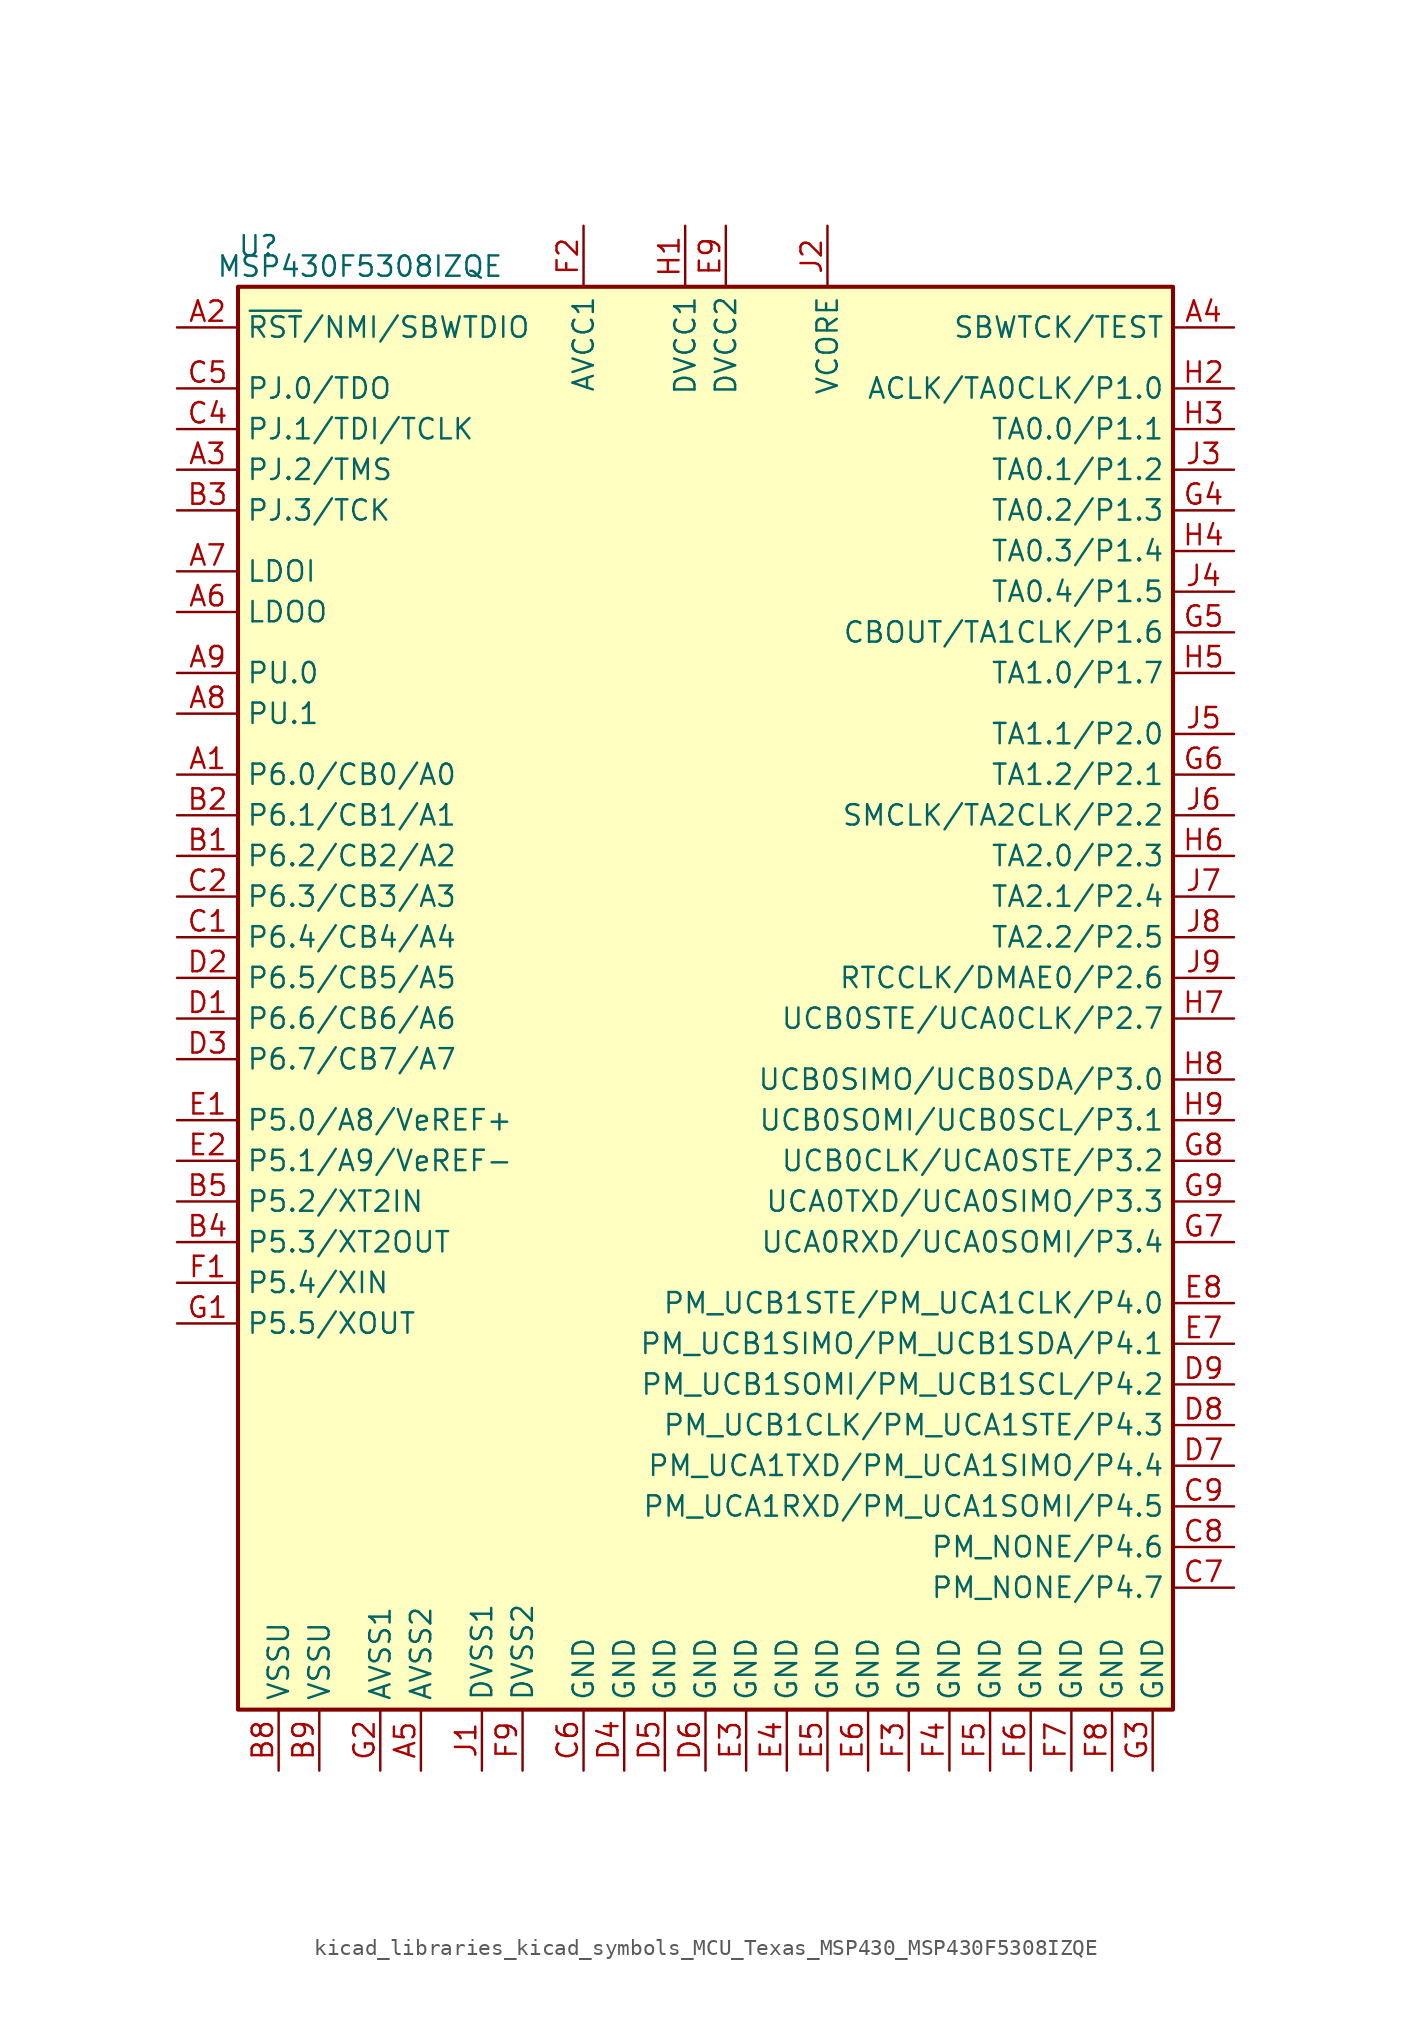
<source format=kicad_sym>
(kicad_symbol_lib
  (version 20220914)
  (generator kicad_symbol_editor)
  (symbol "kicad_libraries_kicad_symbols_MCU_Texas_MSP430_MSP430F5308IZQE"
    (property "Reference" "U"
      (at -27.94 46.99 0)
      (effects (font (size 1.27 1.27))))
    (property "Value" "MSP430F5308IZQE"
      (at -21.59 45.72 0)
      (effects (font (size 1.27 1.27))))
    (symbol "kicad_libraries_kicad_symbols_MCU_Texas_MSP430_MSP430F5308IZQE_0_1"
      (rectangle (start -29.21 44.45) (end 29.21 -44.45) (stroke (width 0.254) (type default)) (fill (type background))))
    (symbol "kicad_libraries_kicad_symbols_MCU_Texas_MSP430_MSP430F5308IZQE_1_1"
      (pin bidirectional line (at -33.02 13.97 0) (length 3.81) (name "P6.0/CB0/A0" (effects (font (size 1.27 1.27)))) (number "A1" (effects (font (size 1.27 1.27)))))
      (pin input line (at -33.02 41.91 0) (length 3.81) (name "~{RST}/NMI/SBWTDIO" (effects (font (size 1.27 1.27)))) (number "A2" (effects (font (size 1.27 1.27)))))
      (pin bidirectional line (at -33.02 33.02 0) (length 3.81) (name "PJ.2/TMS" (effects (font (size 1.27 1.27)))) (number "A3" (effects (font (size 1.27 1.27)))))
      (pin input line (at 33.02 41.91 180) (length 3.81) (name "SBWTCK/TEST" (effects (font (size 1.27 1.27)))) (number "A4" (effects (font (size 1.27 1.27)))))
      (pin power_in line (at -17.78 -48.26 90) (length 3.81) (name "AVSS2" (effects (font (size 1.27 1.27)))) (number "A5" (effects (font (size 1.27 1.27)))))
      (pin power_out line (at -33.02 24.13 0) (length 3.81) (name "LDOO" (effects (font (size 1.27 1.27)))) (number "A6" (effects (font (size 1.27 1.27)))))
      (pin power_in line (at -33.02 26.67 0) (length 3.81) (name "LDOI" (effects (font (size 1.27 1.27)))) (number "A7" (effects (font (size 1.27 1.27)))))
      (pin bidirectional line (at -33.02 17.78 0) (length 3.81) (name "PU.1" (effects (font (size 1.27 1.27)))) (number "A8" (effects (font (size 1.27 1.27)))))
      (pin bidirectional line (at -33.02 20.32 0) (length 3.81) (name "PU.0" (effects (font (size 1.27 1.27)))) (number "A9" (effects (font (size 1.27 1.27)))))
      (pin bidirectional line (at -33.02 8.89 0) (length 3.81) (name "P6.2/CB2/A2" (effects (font (size 1.27 1.27)))) (number "B1" (effects (font (size 1.27 1.27)))))
      (pin bidirectional line (at -33.02 11.43 0) (length 3.81) (name "P6.1/CB1/A1" (effects (font (size 1.27 1.27)))) (number "B2" (effects (font (size 1.27 1.27)))))
      (pin bidirectional line (at -33.02 30.48 0) (length 3.81) (name "PJ.3/TCK" (effects (font (size 1.27 1.27)))) (number "B3" (effects (font (size 1.27 1.27)))))
      (pin bidirectional line (at -33.02 -15.24 0) (length 3.81) (name "P5.3/XT2OUT" (effects (font (size 1.27 1.27)))) (number "B4" (effects (font (size 1.27 1.27)))))
      (pin bidirectional line (at -33.02 -12.7 0) (length 3.81) (name "P5.2/XT2IN" (effects (font (size 1.27 1.27)))) (number "B5" (effects (font (size 1.27 1.27)))))
      (pin power_in line (at -26.67 -48.26 90) (length 3.81) (name "VSSU" (effects (font (size 1.27 1.27)))) (number "B8" (effects (font (size 1.27 1.27)))))
      (pin power_in line (at -24.13 -48.26 90) (length 3.81) (name "VSSU" (effects (font (size 1.27 1.27)))) (number "B9" (effects (font (size 1.27 1.27)))))
      (pin bidirectional line (at -33.02 3.81 0) (length 3.81) (name "P6.4/CB4/A4" (effects (font (size 1.27 1.27)))) (number "C1" (effects (font (size 1.27 1.27)))))
      (pin bidirectional line (at -33.02 6.35 0) (length 3.81) (name "P6.3/CB3/A3" (effects (font (size 1.27 1.27)))) (number "C2" (effects (font (size 1.27 1.27)))))
      (pin bidirectional line (at -33.02 35.56 0) (length 3.81) (name "PJ.1/TDI/TCLK" (effects (font (size 1.27 1.27)))) (number "C4" (effects (font (size 1.27 1.27)))))
      (pin bidirectional line (at -33.02 38.1 0) (length 3.81) (name "PJ.0/TDO" (effects (font (size 1.27 1.27)))) (number "C5" (effects (font (size 1.27 1.27)))))
      (pin power_in line (at -7.62 -48.26 90) (length 3.81) (name "GND" (effects (font (size 1.27 1.27)))) (number "C6" (effects (font (size 1.27 1.27)))))
      (pin bidirectional line (at 33.02 -36.83 180) (length 3.81) (name "PM_NONE/P4.7" (effects (font (size 1.27 1.27)))) (number "C7" (effects (font (size 1.27 1.27)))))
      (pin bidirectional line (at 33.02 -34.29 180) (length 3.81) (name "PM_NONE/P4.6" (effects (font (size 1.27 1.27)))) (number "C8" (effects (font (size 1.27 1.27)))))
      (pin bidirectional line (at 33.02 -31.75 180) (length 3.81) (name "PM_UCA1RXD/PM_UCA1SOMI/P4.5" (effects (font (size 1.27 1.27)))) (number "C9" (effects (font (size 1.27 1.27)))))
      (pin bidirectional line (at -33.02 -1.27 0) (length 3.81) (name "P6.6/CB6/A6" (effects (font (size 1.27 1.27)))) (number "D1" (effects (font (size 1.27 1.27)))))
      (pin bidirectional line (at -33.02 1.27 0) (length 3.81) (name "P6.5/CB5/A5" (effects (font (size 1.27 1.27)))) (number "D2" (effects (font (size 1.27 1.27)))))
      (pin bidirectional line (at -33.02 -3.81 0) (length 3.81) (name "P6.7/CB7/A7" (effects (font (size 1.27 1.27)))) (number "D3" (effects (font (size 1.27 1.27)))))
      (pin power_in line (at -5.08 -48.26 90) (length 3.81) (name "GND" (effects (font (size 1.27 1.27)))) (number "D4" (effects (font (size 1.27 1.27)))))
      (pin power_in line (at -2.54 -48.26 90) (length 3.81) (name "GND" (effects (font (size 1.27 1.27)))) (number "D5" (effects (font (size 1.27 1.27)))))
      (pin power_in line (at 0 -48.26 90) (length 3.81) (name "GND" (effects (font (size 1.27 1.27)))) (number "D6" (effects (font (size 1.27 1.27)))))
      (pin bidirectional line (at 33.02 -29.21 180) (length 3.81) (name "PM_UCA1TXD/PM_UCA1SIMO/P4.4" (effects (font (size 1.27 1.27)))) (number "D7" (effects (font (size 1.27 1.27)))))
      (pin bidirectional line (at 33.02 -26.67 180) (length 3.81) (name "PM_UCB1CLK/PM_UCA1STE/P4.3" (effects (font (size 1.27 1.27)))) (number "D8" (effects (font (size 1.27 1.27)))))
      (pin bidirectional line (at 33.02 -24.13 180) (length 3.81) (name "PM_UCB1SOMI/PM_UCB1SCL/P4.2" (effects (font (size 1.27 1.27)))) (number "D9" (effects (font (size 1.27 1.27)))))
      (pin bidirectional line (at -33.02 -7.62 0) (length 3.81) (name "P5.0/A8/VeREF+" (effects (font (size 1.27 1.27)))) (number "E1" (effects (font (size 1.27 1.27)))))
      (pin bidirectional line (at -33.02 -10.16 0) (length 3.81) (name "P5.1/A9/VeREF-" (effects (font (size 1.27 1.27)))) (number "E2" (effects (font (size 1.27 1.27)))))
      (pin power_in line (at 2.54 -48.26 90) (length 3.81) (name "GND" (effects (font (size 1.27 1.27)))) (number "E3" (effects (font (size 1.27 1.27)))))
      (pin power_in line (at 5.08 -48.26 90) (length 3.81) (name "GND" (effects (font (size 1.27 1.27)))) (number "E4" (effects (font (size 1.27 1.27)))))
      (pin power_in line (at 7.62 -48.26 90) (length 3.81) (name "GND" (effects (font (size 1.27 1.27)))) (number "E5" (effects (font (size 1.27 1.27)))))
      (pin power_in line (at 10.16 -48.26 90) (length 3.81) (name "GND" (effects (font (size 1.27 1.27)))) (number "E6" (effects (font (size 1.27 1.27)))))
      (pin bidirectional line (at 33.02 -21.59 180) (length 3.81) (name "PM_UCB1SIMO/PM_UCB1SDA/P4.1" (effects (font (size 1.27 1.27)))) (number "E7" (effects (font (size 1.27 1.27)))))
      (pin bidirectional line (at 33.02 -19.05 180) (length 3.81) (name "PM_UCB1STE/PM_UCA1CLK/P4.0" (effects (font (size 1.27 1.27)))) (number "E8" (effects (font (size 1.27 1.27)))))
      (pin power_in line (at 1.27 48.26 270) (length 3.81) (name "DVCC2" (effects (font (size 1.27 1.27)))) (number "E9" (effects (font (size 1.27 1.27)))))
      (pin bidirectional line (at -33.02 -17.78 0) (length 3.81) (name "P5.4/XIN" (effects (font (size 1.27 1.27)))) (number "F1" (effects (font (size 1.27 1.27)))))
      (pin power_in line (at -7.62 48.26 270) (length 3.81) (name "AVCC1" (effects (font (size 1.27 1.27)))) (number "F2" (effects (font (size 1.27 1.27)))))
      (pin power_in line (at 12.7 -48.26 90) (length 3.81) (name "GND" (effects (font (size 1.27 1.27)))) (number "F3" (effects (font (size 1.27 1.27)))))
      (pin power_in line (at 15.24 -48.26 90) (length 3.81) (name "GND" (effects (font (size 1.27 1.27)))) (number "F4" (effects (font (size 1.27 1.27)))))
      (pin power_in line (at 17.78 -48.26 90) (length 3.81) (name "GND" (effects (font (size 1.27 1.27)))) (number "F5" (effects (font (size 1.27 1.27)))))
      (pin power_in line (at 20.32 -48.26 90) (length 3.81) (name "GND" (effects (font (size 1.27 1.27)))) (number "F6" (effects (font (size 1.27 1.27)))))
      (pin power_in line (at 22.86 -48.26 90) (length 3.81) (name "GND" (effects (font (size 1.27 1.27)))) (number "F7" (effects (font (size 1.27 1.27)))))
      (pin power_in line (at 25.4 -48.26 90) (length 3.81) (name "GND" (effects (font (size 1.27 1.27)))) (number "F8" (effects (font (size 1.27 1.27)))))
      (pin power_in line (at -11.43 -48.26 90) (length 3.81) (name "DVSS2" (effects (font (size 1.27 1.27)))) (number "F9" (effects (font (size 1.27 1.27)))))
      (pin bidirectional line (at -33.02 -20.32 0) (length 3.81) (name "P5.5/XOUT" (effects (font (size 1.27 1.27)))) (number "G1" (effects (font (size 1.27 1.27)))))
      (pin power_in line (at -20.32 -48.26 90) (length 3.81) (name "AVSS1" (effects (font (size 1.27 1.27)))) (number "G2" (effects (font (size 1.27 1.27)))))
      (pin power_in line (at 27.94 -48.26 90) (length 3.81) (name "GND" (effects (font (size 1.27 1.27)))) (number "G3" (effects (font (size 1.27 1.27)))))
      (pin bidirectional line (at 33.02 30.48 180) (length 3.81) (name "TA0.2/P1.3" (effects (font (size 1.27 1.27)))) (number "G4" (effects (font (size 1.27 1.27)))))
      (pin bidirectional line (at 33.02 22.86 180) (length 3.81) (name "CBOUT/TA1CLK/P1.6" (effects (font (size 1.27 1.27)))) (number "G5" (effects (font (size 1.27 1.27)))))
      (pin bidirectional line (at 33.02 13.97 180) (length 3.81) (name "TA1.2/P2.1" (effects (font (size 1.27 1.27)))) (number "G6" (effects (font (size 1.27 1.27)))))
      (pin bidirectional line (at 33.02 -15.24 180) (length 3.81) (name "UCA0RXD/UCA0SOMI/P3.4" (effects (font (size 1.27 1.27)))) (number "G7" (effects (font (size 1.27 1.27)))))
      (pin bidirectional line (at 33.02 -10.16 180) (length 3.81) (name "UCB0CLK/UCA0STE/P3.2" (effects (font (size 1.27 1.27)))) (number "G8" (effects (font (size 1.27 1.27)))))
      (pin bidirectional line (at 33.02 -12.7 180) (length 3.81) (name "UCA0TXD/UCA0SIMO/P3.3" (effects (font (size 1.27 1.27)))) (number "G9" (effects (font (size 1.27 1.27)))))
      (pin power_in line (at -1.27 48.26 270) (length 3.81) (name "DVCC1" (effects (font (size 1.27 1.27)))) (number "H1" (effects (font (size 1.27 1.27)))))
      (pin bidirectional line (at 33.02 38.1 180) (length 3.81) (name "ACLK/TA0CLK/P1.0" (effects (font (size 1.27 1.27)))) (number "H2" (effects (font (size 1.27 1.27)))))
      (pin bidirectional line (at 33.02 35.56 180) (length 3.81) (name "TA0.0/P1.1" (effects (font (size 1.27 1.27)))) (number "H3" (effects (font (size 1.27 1.27)))))
      (pin bidirectional line (at 33.02 27.94 180) (length 3.81) (name "TA0.3/P1.4" (effects (font (size 1.27 1.27)))) (number "H4" (effects (font (size 1.27 1.27)))))
      (pin bidirectional line (at 33.02 20.32 180) (length 3.81) (name "TA1.0/P1.7" (effects (font (size 1.27 1.27)))) (number "H5" (effects (font (size 1.27 1.27)))))
      (pin bidirectional line (at 33.02 8.89 180) (length 3.81) (name "TA2.0/P2.3" (effects (font (size 1.27 1.27)))) (number "H6" (effects (font (size 1.27 1.27)))))
      (pin bidirectional line (at 33.02 -1.27 180) (length 3.81) (name "UCB0STE/UCA0CLK/P2.7" (effects (font (size 1.27 1.27)))) (number "H7" (effects (font (size 1.27 1.27)))))
      (pin bidirectional line (at 33.02 -5.08 180) (length 3.81) (name "UCB0SIMO/UCB0SDA/P3.0" (effects (font (size 1.27 1.27)))) (number "H8" (effects (font (size 1.27 1.27)))))
      (pin bidirectional line (at 33.02 -7.62 180) (length 3.81) (name "UCB0SOMI/UCB0SCL/P3.1" (effects (font (size 1.27 1.27)))) (number "H9" (effects (font (size 1.27 1.27)))))
      (pin power_in line (at -13.97 -48.26 90) (length 3.81) (name "DVSS1" (effects (font (size 1.27 1.27)))) (number "J1" (effects (font (size 1.27 1.27)))))
      (pin bidirectional line (at 7.62 48.26 270) (length 3.81) (name "VCORE" (effects (font (size 1.27 1.27)))) (number "J2" (effects (font (size 1.27 1.27)))))
      (pin bidirectional line (at 33.02 33.02 180) (length 3.81) (name "TA0.1/P1.2" (effects (font (size 1.27 1.27)))) (number "J3" (effects (font (size 1.27 1.27)))))
      (pin bidirectional line (at 33.02 25.4 180) (length 3.81) (name "TA0.4/P1.5" (effects (font (size 1.27 1.27)))) (number "J4" (effects (font (size 1.27 1.27)))))
      (pin bidirectional line (at 33.02 16.51 180) (length 3.81) (name "TA1.1/P2.0" (effects (font (size 1.27 1.27)))) (number "J5" (effects (font (size 1.27 1.27)))))
      (pin bidirectional line (at 33.02 11.43 180) (length 3.81) (name "SMCLK/TA2CLK/P2.2" (effects (font (size 1.27 1.27)))) (number "J6" (effects (font (size 1.27 1.27)))))
      (pin bidirectional line (at 33.02 6.35 180) (length 3.81) (name "TA2.1/P2.4" (effects (font (size 1.27 1.27)))) (number "J7" (effects (font (size 1.27 1.27)))))
      (pin bidirectional line (at 33.02 3.81 180) (length 3.81) (name "TA2.2/P2.5" (effects (font (size 1.27 1.27)))) (number "J8" (effects (font (size 1.27 1.27)))))
      (pin bidirectional line (at 33.02 1.27 180) (length 3.81) (name "RTCCLK/DMAE0/P2.6" (effects (font (size 1.27 1.27)))) (number "J9" (effects (font (size 1.27 1.27))))))))
</source>
